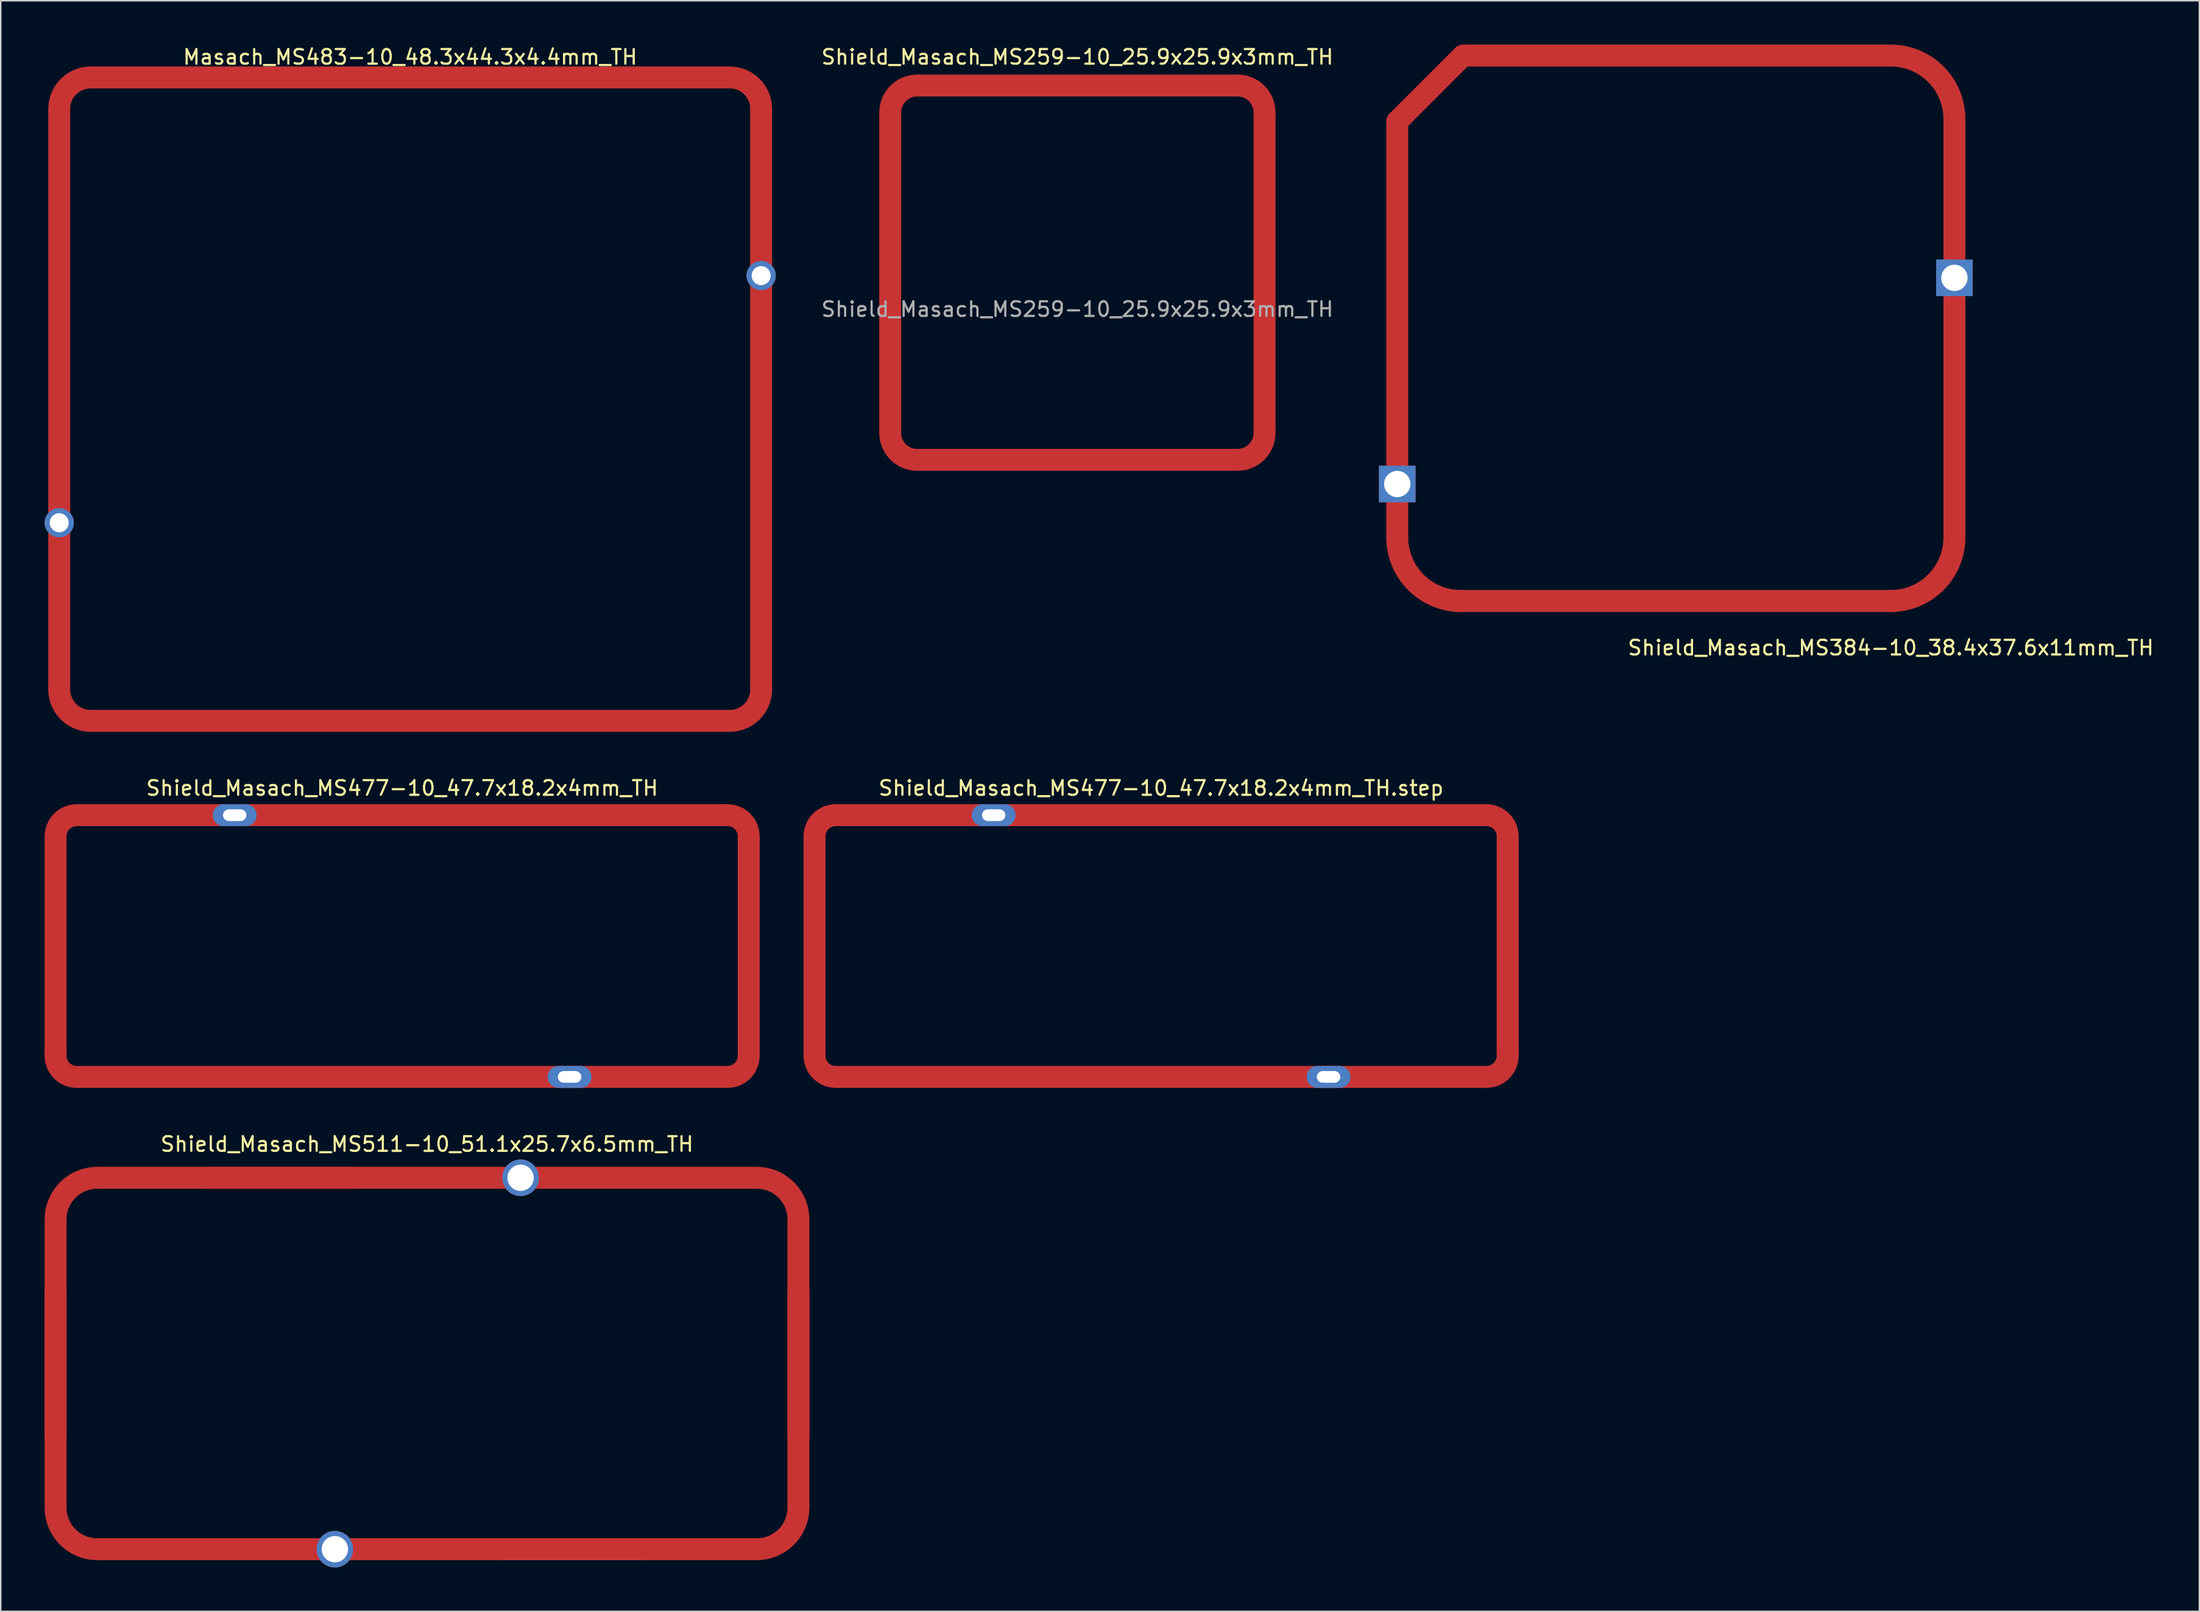
<source format=kicad_pcb>
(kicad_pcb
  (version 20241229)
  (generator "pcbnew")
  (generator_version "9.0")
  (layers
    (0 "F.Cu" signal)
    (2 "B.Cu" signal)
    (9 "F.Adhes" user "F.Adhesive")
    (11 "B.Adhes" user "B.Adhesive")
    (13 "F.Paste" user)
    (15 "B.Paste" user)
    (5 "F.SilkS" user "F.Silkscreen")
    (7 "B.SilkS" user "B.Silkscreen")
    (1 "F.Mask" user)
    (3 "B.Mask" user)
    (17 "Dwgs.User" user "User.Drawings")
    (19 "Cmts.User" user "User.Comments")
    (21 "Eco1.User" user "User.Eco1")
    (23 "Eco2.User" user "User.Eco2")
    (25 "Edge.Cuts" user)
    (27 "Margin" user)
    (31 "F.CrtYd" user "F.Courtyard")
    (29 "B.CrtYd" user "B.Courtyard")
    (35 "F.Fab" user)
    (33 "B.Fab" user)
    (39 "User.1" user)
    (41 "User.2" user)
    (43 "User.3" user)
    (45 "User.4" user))
  (footprint "Shield_Masach_MS511-10_51.1x25.7x6.5mm_TH"
    (layer "F.Cu")
    (at 26.15 90.195)
    (property "Reference" "Shield_Masach_MS511-10_51.1x25.7x6.5mm_TH" (at 0 -15 0) (layer "F.SilkS") (effects (font (size 1 1) (thickness 0.15))))
    (attr through_hole)
    (pad "1" smd custom (at -25.4 -9.85) (size 1.5 1.5) (layers "F.Cu" "F.Mask" "F.Paste") (options (anchor circle)) (primitives (gr_arc (start 0 0) (mid 0.834746 -2.015254) (end 2.85 -2.85) (width 1.5))))
    (pad "1" smd rect (at -25.4 0 180) (size 1.5 10) (layers "F.Cu" "F.Mask" "F.Paste"))
    (pad "1" smd rect (at -25.4 0) (size 1.5 19.7) (layers "F.Cu" "F.Mask"))
    (pad "1" smd custom (at -22.55 12.7 90) (size 1.5 1.5) (layers "F.Cu" "F.Mask" "F.Paste") (options (anchor circle)) (primitives (gr_arc (start 0 0) (mid 0.834746 -2.015254) (end 2.85 -2.85) (width 1.5))))
    (pad "1" smd rect (at -10 -12.7 90) (size 1.5 10) (layers "F.Cu" "F.Mask" "F.Paste"))
    (pad "1" thru_hole circle (at -6.3 12.7 90) (size 2.5 2.5) (drill 1.8) (layers "*.Cu" "*.Mask"))
    (pad "1" smd rect (at 0 -12.7) (size 45.1 1.5) (layers "F.Cu" "F.Mask"))
    (pad "1" smd rect (at 0 12.7 180) (size 45.1 1.5) (layers "F.Cu" "F.Mask"))
    (pad "1" thru_hole circle (at 6.4 -12.7 90) (size 2.5 2.5) (drill 1.8) (layers "*.Cu" "*.Mask"))
    (pad "1" smd rect (at 10 12.7 270) (size 1.5 10) (layers "F.Cu" "F.Mask" "F.Paste"))
    (pad "1" smd custom (at 22.55 -12.7 270) (size 1.5 1.5) (layers "F.Cu" "F.Mask" "F.Paste") (options (anchor circle)) (primitives (gr_arc (start 0 0) (mid 0.834746 -2.015254) (end 2.85 -2.85) (width 1.5))))
    (pad "1" smd rect (at 25.4 0 180) (size 1.5 10) (layers "F.Cu" "F.Mask" "F.Paste"))
    (pad "1" smd rect (at 25.4 0 180) (size 1.5 19.7) (layers "F.Cu" "F.Mask"))
    (pad "1" smd custom (at 25.4 9.85 180) (size 1.5 1.5) (layers "F.Cu" "F.Mask" "F.Paste") (options (anchor circle)) (primitives (gr_arc (start 0 0) (mid 0.834746 -2.015254) (end 2.85 -2.85) (width 1.5)))))
  (footprint "Shield_Masach_MS477-10_47.7x18.2x4mm_TH.step"
    (layer "F.Cu")
    (at 76.35 61.647)
    (property "Reference" "Shield_Masach_MS477-10_47.7x18.2x4mm_TH.step" (at 0 -10.8 0) (unlocked yes) (layer "F.SilkS") (effects (font (size 1 1) (thickness 0.15))))
    (pad "1" smd custom (at -23.7 -7.5) (size 1.5 1.5) (layers "F.Cu" "F.Mask" "F.Paste") (options (anchor circle)) (primitives (gr_arc (start 0 0) (mid 0.424695 -1.025305) (end 1.45 -1.45) (width 1.5))))
    (pad "1" smd rect (at -23.7 0 90) (size 15 1.5) (layers "F.Cu" "F.Mask" "F.Paste"))
    (pad "1" smd custom (at -22.25 8.95 90) (size 1.5 1.5) (layers "F.Cu" "F.Mask" "F.Paste") (options (anchor circle)) (primitives (gr_arc (start 0 0) (mid 0.424695 -1.025305) (end 1.45 -1.45) (width 1.5))))
    (pad "1" thru_hole oval (at -11.45 -8.95) (size 3 1.5) (drill oval 1.6 0.8) (layers "*.Cu" "*.Mask"))
    (pad "1" smd rect (at 0 -8.95 180) (size 44.5 1.5) (layers "F.Cu" "F.Mask" "F.Paste"))
    (pad "1" smd rect (at 0 8.95) (size 44.5 1.5) (layers "F.Cu" "F.Mask" "F.Paste"))
    (pad "1" thru_hole oval (at 11.45 8.95) (size 3 1.5) (drill oval 1.6 0.8) (layers "*.Cu" "*.Mask"))
    (pad "1" smd custom (at 22.25 -8.95 270) (size 1.5 1.5) (layers "F.Cu" "F.Mask" "F.Paste") (options (anchor circle)) (primitives (gr_arc (start 0 0) (mid 0.424695 -1.025305) (end 1.45 -1.45) (width 1.5))))
    (pad "1" smd rect (at 23.7 0 270) (size 15 1.5) (layers "F.Cu" "F.Mask" "F.Paste"))
    (pad "1" smd custom (at 23.7 7.5 180) (size 1.5 1.5) (layers "F.Cu" "F.Mask" "F.Paste") (options (anchor circle)) (primitives (gr_arc (start 0 0) (mid 0.424695 -1.025305) (end 1.45 -1.45) (width 1.5)))))
  (footprint "Shield_Masach_MS259-10_25.9x25.9x3mm_TH"
    (layer "F.Cu")
    (at 70.625 15.598)
    (property "Reference" "Shield_Masach_MS259-10_25.9x25.9x3mm_TH" (at 0 -14.75 0) (unlocked yes) (layer "F.SilkS") (effects (font (size 1 1) (thickness 0.15))))
    (attr smd)
    (fp_text user "${REFERENCE}" (at 0 2.5 0) (unlocked yes) (layer "F.Fab") (effects (font (size 1 1) (thickness 0.15))))
    (pad "1" smd custom (at -12.8 -10.95) (size 1.5 1.5) (layers "F.Cu" "F.Mask" "F.Paste") (options (anchor circle)) (primitives (gr_arc (start 0 0) (mid 0.541852 -1.308148) (end 1.85 -1.85) (width 1.5))))
    (pad "1" smd rect (at -12.8 0) (size 1.5 21.9) (layers "F.Cu" "F.Mask" "F.Paste"))
    (pad "1" smd custom (at -10.95 12.8 90) (size 1.5 1.5) (layers "F.Cu" "F.Mask" "F.Paste") (options (anchor circle)) (primitives (gr_arc (start 0 0) (mid 0.541852 -1.308148) (end 1.85 -1.85) (width 1.5))))
    (pad "1" smd rect (at 0 -12.8 90) (size 1.5 21.9) (layers "F.Cu" "F.Mask" "F.Paste"))
    (pad "1" smd rect (at 0 12.8 90) (size 1.5 21.9) (layers "F.Cu" "F.Mask" "F.Paste"))
    (pad "1" smd custom (at 10.95 -12.8 270) (size 1.5 1.5) (layers "F.Cu" "F.Mask" "F.Paste") (options (anchor circle)) (primitives (gr_arc (start 0 0) (mid 0.541852 -1.308148) (end 1.85 -1.85) (width 1.5))))
    (pad "1" smd rect (at 12.8 0) (size 1.5 21.9) (layers "F.Cu" "F.Mask" "F.Paste"))
    (pad "1" smd custom (at 12.8 10.95 180) (size 1.5 1.5) (layers "F.Cu" "F.Mask" "F.Paste") (options (anchor circle)) (primitives (gr_arc (start 0 0) (mid 0.541852 -1.308148) (end 1.85 -1.85) (width 1.5)))))
  (footprint "Shield_Masach_MS384-10_38.4x37.6x11mm_TH"
    (layer "F.Cu")
    (at 111.55 19.4)
    (property "Reference" "Shield_Masach_MS384-10_38.4x37.6x11mm_TH" (at 14.7 21.85 0) (layer "F.SilkS") (effects (font (size 1 1) (thickness 0.15))))
    (attr through_hole)
    (fp_line (start -14.55 -18.65) (end -19.05 -14.15) (stroke (width 1.5) (type solid)) (layer "F.Cu"))
    (fp_arc (start -14.7 18.65) (mid -17.775914 17.375914) (end -19.05 14.3) (stroke (width 1.5) (type solid)) (layer "F.Cu"))
    (fp_arc (start 14.7 -18.65) (mid 17.775914 -17.375914) (end 19.05 -14.3) (stroke (width 1.5) (type solid)) (layer "F.Cu"))
    (fp_arc (start 19.05 14.3) (mid 17.775914 17.375914) (end 14.7 18.65) (stroke (width 1.5) (type solid)) (layer "F.Cu"))
    (fp_line (start -14.55 -18.65) (end -19.05 -14.15) (stroke (width 1.5) (type solid)) (layer "F.Mask"))
    (fp_arc (start -14.7 18.65) (mid -17.775914 17.375914) (end -19.05 14.3) (stroke (width 1.5) (type solid)) (layer "F.Mask"))
    (fp_arc (start 14.7 -18.65) (mid 17.775914 -17.375914) (end 19.05 -14.3) (stroke (width 1.5) (type solid)) (layer "F.Mask"))
    (fp_arc (start 19.05 14.3) (mid 17.775914 17.375914) (end 14.7 18.65) (stroke (width 1.5) (type solid)) (layer "F.Mask"))
    (fp_line (start -14.55 -18.65) (end -19.05 -14.15) (stroke (width 1.5) (type solid)) (layer "F.Paste"))
    (fp_arc (start -14.7 18.65) (mid -17.775914 17.375914) (end -19.05 14.3) (stroke (width 1.5) (type solid)) (layer "F.Paste"))
    (fp_arc (start 14.7 -18.65) (mid 17.775914 -17.375914) (end 19.05 -14.3) (stroke (width 1.5) (type solid)) (layer "F.Paste"))
    (fp_arc (start 19.05 14.3) (mid 17.775914 17.375914) (end 14.7 18.65) (stroke (width 1.5) (type solid)) (layer "F.Paste"))
    (pad "1" smd rect (at -19.05 0.075 180) (size 1.5 28.45) (layers "F.Cu" "F.Mask" "F.Paste"))
    (pad "1" thru_hole rect (at -19.05 10.65 90) (size 2.5 2.5) (drill 1.8) (layers "*.Cu" "*.Mask"))
    (pad "1" smd rect (at 0 18.65 180) (size 30.2 1.5) (layers "F.Cu" "F.Mask" "F.Paste"))
    (pad "1" smd rect (at 0.075 -18.65 270) (size 1.5 29.25) (layers "F.Cu" "F.Mask" "F.Paste"))
    (pad "1" thru_hole rect (at 19.05 -3.45 90) (size 2.5 2.5) (drill 1.8) (layers "*.Cu" "*.Mask"))
    (pad "1" smd rect (at 19.05 0 90) (size 28.6 1.5) (layers "F.Cu" "F.Mask" "F.Paste")))
  (footprint "Masach_MS483-10_48.3x44.3x4.4mm_TH"
    (layer "F.Cu")
    (at 25 24.248)
    (property "Reference" "Masach_MS483-10_48.3x44.3x4.4mm_TH" (at 0 -23.4 0) (layer "F.SilkS") (effects (font (size 1 1) (thickness 0.15))))
    (attr through_hole)
    (pad "1" smd custom (at -24 -19.85) (size 1.5 1.5) (layers "F.Cu" "F.Mask" "F.Paste") (options (anchor circle)) (primitives (gr_arc (start 0 0) (mid 0.62972 -1.52028) (end 2.15 -2.15) (width 1.5))))
    (pad "1" smd rect (at -24 0) (size 1.5 39.7) (layers "F.Cu" "F.Mask" "F.Paste"))
    (pad "1" thru_hole circle (at -24 8.45 90) (size 2 2) (drill 1.3) (layers "*.Cu" "*.Mask"))
    (pad "1" smd custom (at -21.85 22 90) (size 1.5 1.5) (layers "F.Cu" "F.Mask" "F.Paste") (options (anchor circle)) (primitives (gr_arc (start 0 0) (mid 0.62972 -1.52028) (end 2.15 -2.15) (width 1.5))))
    (pad "1" smd rect (at 0 -22) (size 43.7 1.5) (layers "F.Cu" "F.Mask" "F.Paste"))
    (pad "1" smd rect (at 0 22 180) (size 43.7 1.5) (layers "F.Cu" "F.Mask" "F.Paste"))
    (pad "1" smd custom (at 21.85 -22 270) (size 1.5 1.5) (layers "F.Cu" "F.Mask" "F.Paste") (options (anchor circle)) (primitives (gr_arc (start 0 0) (mid 0.62972 -1.52028) (end 2.15 -2.15) (width 1.5))))
    (pad "1" thru_hole circle (at 24 -8.45 90) (size 2 2) (drill 1.3) (layers "*.Cu" "*.Mask"))
    (pad "1" smd rect (at 24 0 180) (size 1.5 39.7) (layers "F.Cu" "F.Mask" "F.Paste"))
    (pad "1" smd custom (at 24 19.85 180) (size 1.5 1.5) (layers "F.Cu" "F.Mask" "F.Paste") (options (anchor circle)) (primitives (gr_arc (start 0 0) (mid 0.62972 -1.52028) (end 2.15 -2.15) (width 1.5)))))
  (footprint "Shield_Masach_MS477-10_47.7x18.2x4mm_TH"
    (layer "F.Cu")
    (at 24.45 61.647)
    (property "Reference" "Shield_Masach_MS477-10_47.7x18.2x4mm_TH" (at 0 -10.8 0) (unlocked yes) (layer "F.SilkS") (effects (font (size 1 1) (thickness 0.15))))
    (pad "1" smd custom (at -23.7 -7.5) (size 1.5 1.5) (layers "F.Cu" "F.Mask" "F.Paste") (options (anchor circle)) (primitives (gr_arc (start 0 0) (mid 0.424695 -1.025305) (end 1.45 -1.45) (width 1.5))))
    (pad "1" smd rect (at -23.7 0 90) (size 15 1.5) (layers "F.Cu" "F.Mask" "F.Paste"))
    (pad "1" smd custom (at -22.25 8.95 90) (size 1.5 1.5) (layers "F.Cu" "F.Mask" "F.Paste") (options (anchor circle)) (primitives (gr_arc (start 0 0) (mid 0.424695 -1.025305) (end 1.45 -1.45) (width 1.5))))
    (pad "1" thru_hole oval (at -11.45 -8.95) (size 3 1.5) (drill oval 1.6 0.8) (layers "*.Cu" "*.Mask"))
    (pad "1" smd rect (at 0 -8.95 180) (size 44.5 1.5) (layers "F.Cu" "F.Mask" "F.Paste"))
    (pad "1" smd rect (at 0 8.95) (size 44.5 1.5) (layers "F.Cu" "F.Mask" "F.Paste"))
    (pad "1" thru_hole oval (at 11.45 8.95) (size 3 1.5) (drill oval 1.6 0.8) (layers "*.Cu" "*.Mask"))
    (pad "1" smd custom (at 22.25 -8.95 270) (size 1.5 1.5) (layers "F.Cu" "F.Mask" "F.Paste") (options (anchor circle)) (primitives (gr_arc (start 0 0) (mid 0.424695 -1.025305) (end 1.45 -1.45) (width 1.5))))
    (pad "1" smd rect (at 23.7 0 270) (size 15 1.5) (layers "F.Cu" "F.Mask" "F.Paste"))
    (pad "1" smd custom (at 23.7 7.5 180) (size 1.5 1.5) (layers "F.Cu" "F.Mask" "F.Paste") (options (anchor circle)) (primitives (gr_arc (start 0 0) (mid 0.424695 -1.025305) (end 1.45 -1.45) (width 1.5)))))
  (gr_rect
    (start -3 -3)
    (end 147.351 107.145)
    (stroke (width 0.1) (type default))
    (fill no)
    (layer "Edge.Cuts")))
</source>
